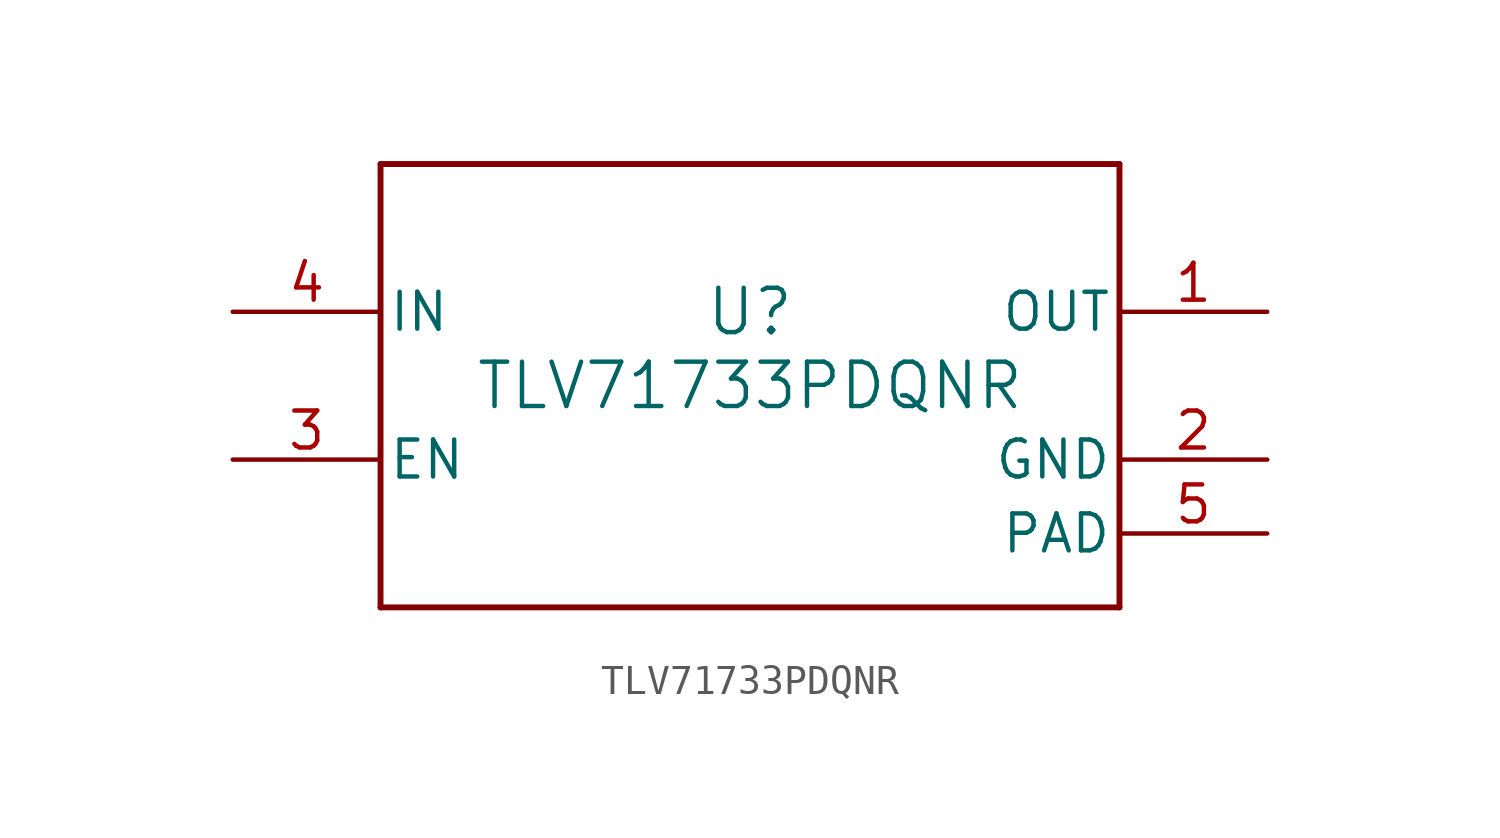
<source format=kicad_sym>
(kicad_symbol_lib
  (version 20211014)
  (generator kicad_symbol_editor)
  (symbol "TLV71733PDQNR"
    (pin_names
      (offset 0.254))
    (property "Reference" "U"
      (at 0 2.54 0)
      (effects (font (size 1.524 1.524))))
    (property "Value" "TLV71733PDQNR"
      (at 0 0 0)
      (effects (font (size 1.524 1.524))))
    (symbol "TLV71733PDQNR_0_1"
      (polyline (pts (xy -12.7 -7.62) (xy 12.7 -7.62)) (stroke (width 0.203) (type default) (color 0 0 0 0)) (fill (type none)))
      (polyline (pts (xy 12.7 -7.62) (xy 12.7 7.62)) (stroke (width 0.203) (type default) (color 0 0 0 0)) (fill (type none)))
      (polyline (pts (xy 12.7 7.62) (xy -12.7 7.62)) (stroke (width 0.203) (type default) (color 0 0 0 0)) (fill (type none)))
      (polyline (pts (xy -12.7 7.62) (xy -12.7 -7.62)) (stroke (width 0.203) (type default) (color 0 0 0 0)) (fill (type none)))
      (pin power_in line (at 17.78 2.54 180) (length 5.08) (name "OUT" (effects (font (size 1.27 1.27)))) (number "1" (effects (font (size 1.27 1.27)))))
      (pin power_in line (at 17.78 -2.54 180) (length 5.08) (name "GND" (effects (font (size 1.27 1.27)))) (number "2" (effects (font (size 1.27 1.27)))))
      (pin input line (at -17.78 -2.54 0) (length 5.08) (name "EN" (effects (font (size 1.27 1.27)))) (number "3" (effects (font (size 1.27 1.27)))))
      (pin power_in line (at -17.78 2.54 0) (length 5.08) (name "IN" (effects (font (size 1.27 1.27)))) (number "4" (effects (font (size 1.27 1.27)))))
      (pin power_in line (at 17.78 -5.08 180) (length 5.08) (name "PAD" (effects (font (size 1.27 1.27)))) (number "5" (effects (font (size 1.27 1.27))))))))
</source>
